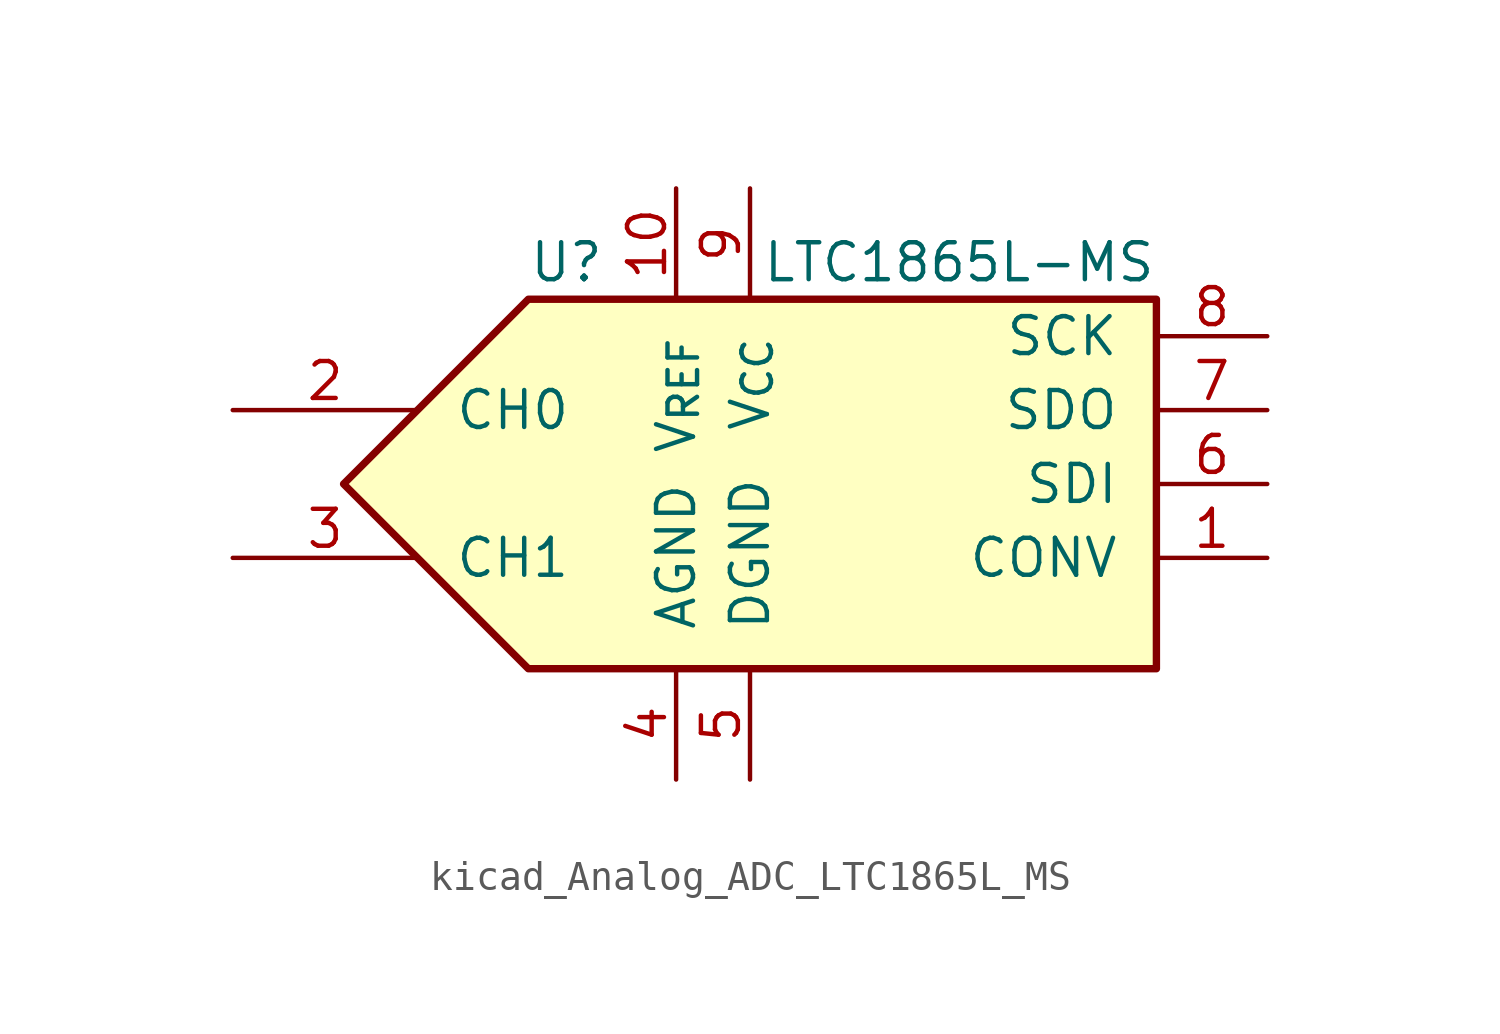
<source format=kicad_sym>
(kicad_symbol_lib
  (version 20220914)
  (generator kicad_symbol_editor)
  (symbol "kicad_Analog_ADC_LTC1865L_MS"
    (pin_names
      (offset 1.27))
    (property "Reference" "U"
      (at -10.16 7.62 0)
      (effects (font (size 1.27 1.27)) (justify left)))
    (property "Value" "LTC1865L-MS"
      (at 11.43 7.62 0)
      (effects (font (size 1.27 1.27)) (justify right)))
    (symbol "kicad_Analog_ADC_LTC1865L_MS_0_1"
      (polyline (pts (xy 11.43 6.35) (xy -10.16 6.35) (xy -16.51 0) (xy -10.16 -6.35) (xy 11.43 -6.35) (xy 11.43 6.35)) (stroke (width 0.254) (type default)) (fill (type background))))
    (symbol "kicad_Analog_ADC_LTC1865L_MS_1_1"
      (pin input line (at 15.24 -2.54 180) (length 3.81) (name "CONV" (effects (font (size 1.27 1.27)))) (number "1" (effects (font (size 1.27 1.27)))))
      (pin input line (at -5.08 10.16 270) (length 3.81) (name "V_{REF}" (effects (font (size 1.27 1.27)))) (number "10" (effects (font (size 1.27 1.27)))))
      (pin input line (at -20.32 2.54 0) (length 6.35) (name "CH0" (effects (font (size 1.27 1.27)))) (number "2" (effects (font (size 1.27 1.27)))))
      (pin input line (at -20.32 -2.54 0) (length 6.35) (name "CH1" (effects (font (size 1.27 1.27)))) (number "3" (effects (font (size 1.27 1.27)))))
      (pin power_in line (at -5.08 -10.16 90) (length 3.81) (name "AGND" (effects (font (size 1.27 1.27)))) (number "4" (effects (font (size 1.27 1.27)))))
      (pin power_in line (at -2.54 -10.16 90) (length 3.81) (name "DGND" (effects (font (size 1.27 1.27)))) (number "5" (effects (font (size 1.27 1.27)))))
      (pin input line (at 15.24 0 180) (length 3.81) (name "SDI" (effects (font (size 1.27 1.27)))) (number "6" (effects (font (size 1.27 1.27)))))
      (pin output line (at 15.24 2.54 180) (length 3.81) (name "SDO" (effects (font (size 1.27 1.27)))) (number "7" (effects (font (size 1.27 1.27)))))
      (pin input line (at 15.24 5.08 180) (length 3.81) (name "SCK" (effects (font (size 1.27 1.27)))) (number "8" (effects (font (size 1.27 1.27)))))
      (pin power_in line (at -2.54 10.16 270) (length 3.81) (name "V_{CC}" (effects (font (size 1.27 1.27)))) (number "9" (effects (font (size 1.27 1.27))))))))
</source>
